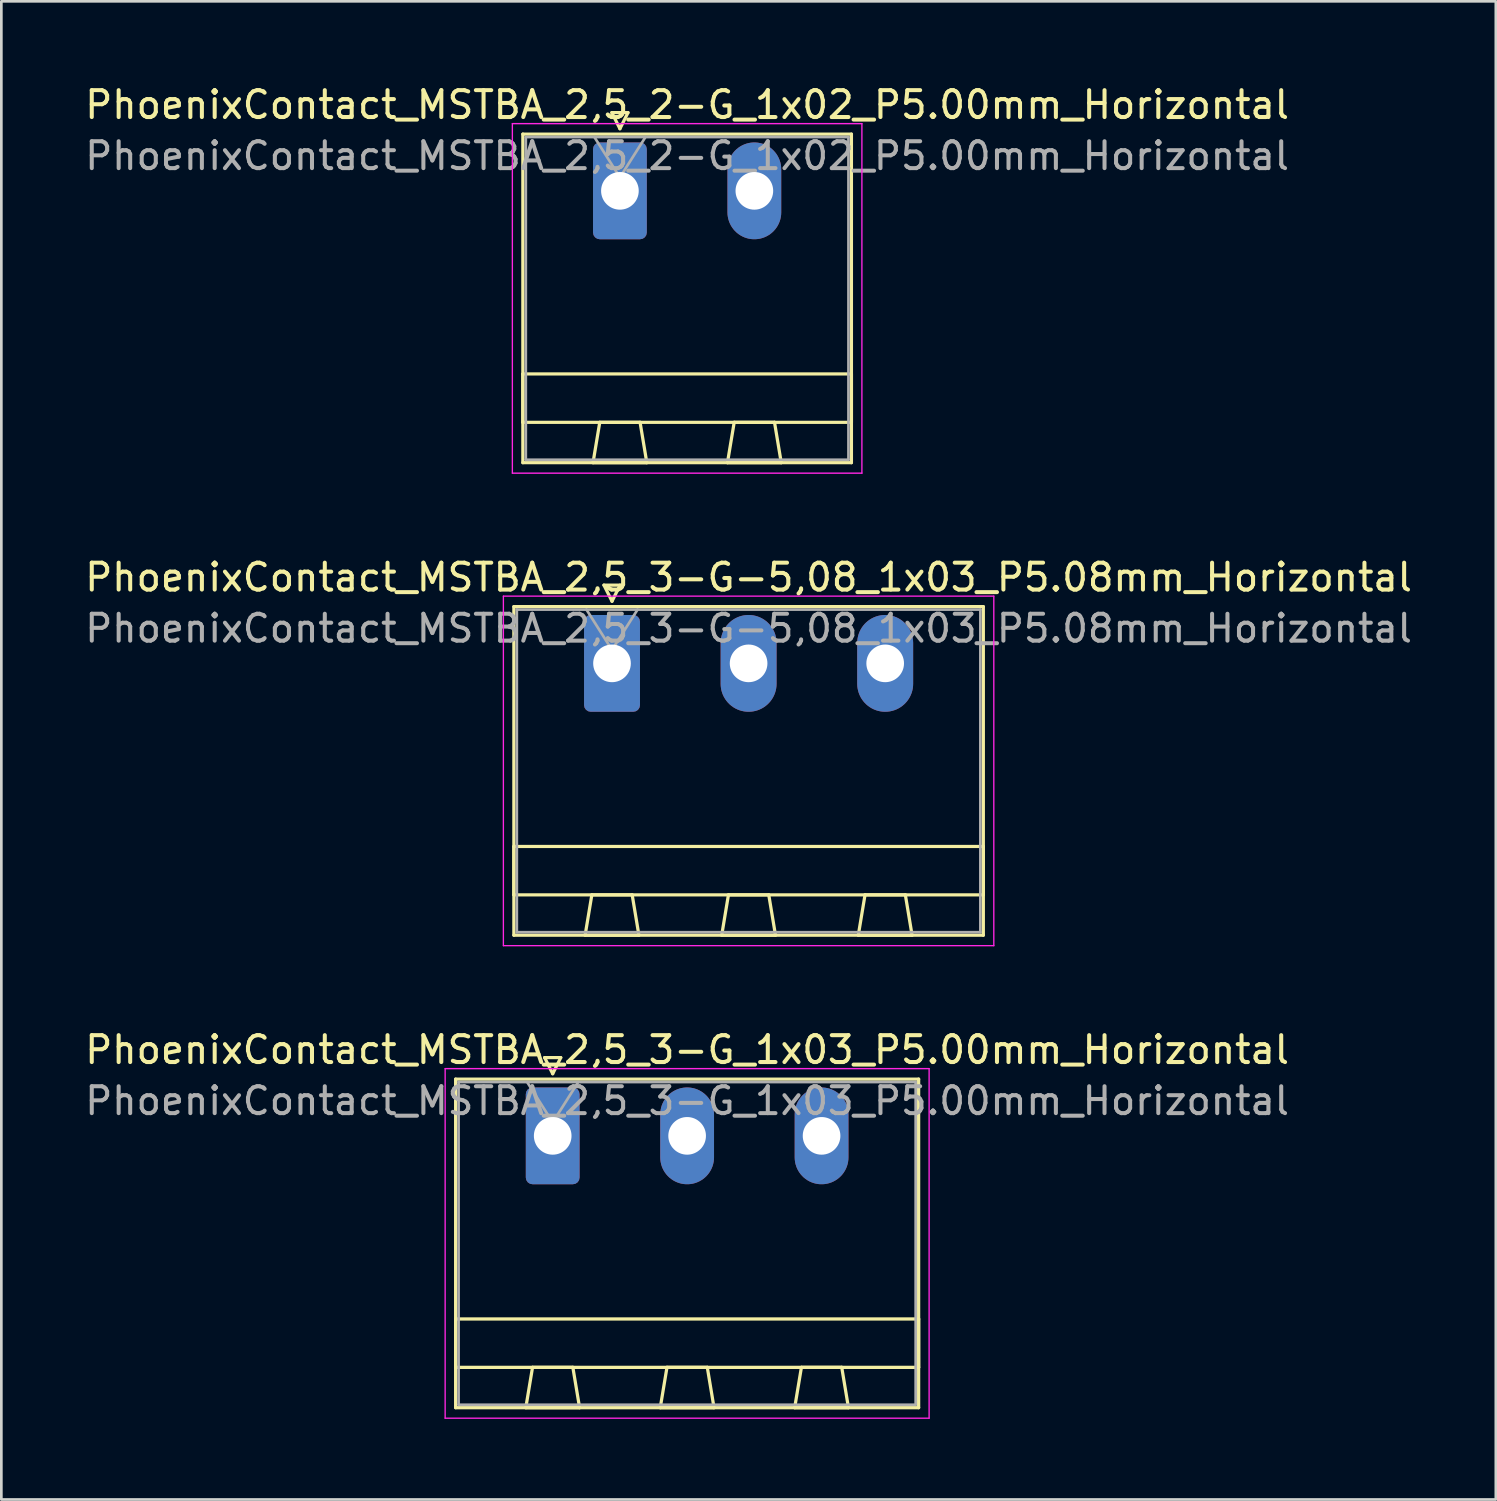
<source format=kicad_pcb>
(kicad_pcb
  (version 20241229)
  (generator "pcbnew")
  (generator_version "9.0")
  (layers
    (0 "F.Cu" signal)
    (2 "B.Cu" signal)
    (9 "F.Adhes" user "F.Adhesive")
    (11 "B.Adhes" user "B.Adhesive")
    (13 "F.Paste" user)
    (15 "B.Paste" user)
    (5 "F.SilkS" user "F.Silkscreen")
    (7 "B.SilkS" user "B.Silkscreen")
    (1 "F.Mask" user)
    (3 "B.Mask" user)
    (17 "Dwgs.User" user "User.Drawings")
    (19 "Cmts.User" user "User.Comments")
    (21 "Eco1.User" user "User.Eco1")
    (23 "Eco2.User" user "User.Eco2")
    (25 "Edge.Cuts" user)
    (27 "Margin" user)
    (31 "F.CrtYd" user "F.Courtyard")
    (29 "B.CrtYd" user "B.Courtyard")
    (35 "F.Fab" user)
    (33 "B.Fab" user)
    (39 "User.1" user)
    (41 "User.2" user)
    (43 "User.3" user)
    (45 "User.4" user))
  (footprint "PhoenixContact_MSTBA_2,5_3-G-5,08_1x03_P5.08mm_Horizontal"
    (layer "F.Cu")
    (at 19.712 21.622)
    (property "Reference" "PhoenixContact_MSTBA_2,5_3-G-5,08_1x03_P5.08mm_Horizontal" (at 5.08 -3.2 0) (layer "F.SilkS") (effects (font (size 1 1) (thickness 0.15))))
    (attr through_hole)
    (fp_line (start -3.65 -2.11) (end -3.65 10.11) (stroke (width 0.12) (type solid)) (layer "F.SilkS"))
    (fp_line (start -3.65 6.81) (end 13.81 6.81) (stroke (width 0.12) (type solid)) (layer "F.SilkS"))
    (fp_line (start -3.65 8.61) (end -3.65 6.81) (stroke (width 0.12) (type solid)) (layer "F.SilkS"))
    (fp_line (start -3.65 10.11) (end 13.81 10.11) (stroke (width 0.12) (type solid)) (layer "F.SilkS"))
    (fp_line (start -1 10.11) (end 1 10.11) (stroke (width 0.12) (type solid)) (layer "F.SilkS"))
    (fp_line (start -0.75 8.61) (end -1 10.11) (stroke (width 0.12) (type solid)) (layer "F.SilkS"))
    (fp_line (start -0.3 -2.91) (end 0.3 -2.91) (stroke (width 0.12) (type solid)) (layer "F.SilkS"))
    (fp_line (start 0 -2.31) (end -0.3 -2.91) (stroke (width 0.12) (type solid)) (layer "F.SilkS"))
    (fp_line (start 0.3 -2.91) (end 0 -2.31) (stroke (width 0.12) (type solid)) (layer "F.SilkS"))
    (fp_line (start 0.75 8.61) (end -0.75 8.61) (stroke (width 0.12) (type solid)) (layer "F.SilkS"))
    (fp_line (start 1 10.11) (end 0.75 8.61) (stroke (width 0.12) (type solid)) (layer "F.SilkS"))
    (fp_line (start 4.08 10.11) (end 6.08 10.11) (stroke (width 0.12) (type solid)) (layer "F.SilkS"))
    (fp_line (start 4.33 8.61) (end 4.08 10.11) (stroke (width 0.12) (type solid)) (layer "F.SilkS"))
    (fp_line (start 5.83 8.61) (end 4.33 8.61) (stroke (width 0.12) (type solid)) (layer "F.SilkS"))
    (fp_line (start 6.08 10.11) (end 5.83 8.61) (stroke (width 0.12) (type solid)) (layer "F.SilkS"))
    (fp_line (start 9.16 10.11) (end 11.16 10.11) (stroke (width 0.12) (type solid)) (layer "F.SilkS"))
    (fp_line (start 9.41 8.61) (end 9.16 10.11) (stroke (width 0.12) (type solid)) (layer "F.SilkS"))
    (fp_line (start 10.91 8.61) (end 9.41 8.61) (stroke (width 0.12) (type solid)) (layer "F.SilkS"))
    (fp_line (start 11.16 10.11) (end 10.91 8.61) (stroke (width 0.12) (type solid)) (layer "F.SilkS"))
    (fp_line (start 13.81 -2.11) (end -3.65 -2.11) (stroke (width 0.12) (type solid)) (layer "F.SilkS"))
    (fp_line (start 13.81 6.81) (end 13.81 8.61) (stroke (width 0.12) (type solid)) (layer "F.SilkS"))
    (fp_line (start 13.81 8.61) (end -3.65 8.61) (stroke (width 0.12) (type solid)) (layer "F.SilkS"))
    (fp_line (start 13.81 10.11) (end 13.81 -2.11) (stroke (width 0.12) (type solid)) (layer "F.SilkS"))
    (fp_line (start -4.04 -2.5) (end -4.04 10.5) (stroke (width 0.05) (type solid)) (layer "F.CrtYd"))
    (fp_line (start -4.04 10.5) (end 14.2 10.5) (stroke (width 0.05) (type solid)) (layer "F.CrtYd"))
    (fp_line (start 14.2 -2.5) (end -4.04 -2.5) (stroke (width 0.05) (type solid)) (layer "F.CrtYd"))
    (fp_line (start 14.2 10.5) (end 14.2 -2.5) (stroke (width 0.05) (type solid)) (layer "F.CrtYd"))
    (fp_line (start -3.54 -2) (end -3.54 10) (stroke (width 0.1) (type solid)) (layer "F.Fab"))
    (fp_line (start -3.54 10) (end 13.7 10) (stroke (width 0.1) (type solid)) (layer "F.Fab"))
    (fp_line (start 0 -0.5) (end -0.95 -2) (stroke (width 0.1) (type solid)) (layer "F.Fab"))
    (fp_line (start 0.95 -2) (end 0 -0.5) (stroke (width 0.1) (type solid)) (layer "F.Fab"))
    (fp_line (start 13.7 -2) (end -3.54 -2) (stroke (width 0.1) (type solid)) (layer "F.Fab"))
    (fp_line (start 13.7 10) (end 13.7 -2) (stroke (width 0.1) (type solid)) (layer "F.Fab"))
    (fp_text user "${REFERENCE}" (at 5.08 -1.3 0) (layer "F.Fab") (effects (font (size 1 1) (thickness 0.15))))
    (pad "1" thru_hole roundrect (at 0 0) (size 2.08 3.6) (drill 1.4) (layers "*.Cu" "*.Mask") (roundrect_rratio 0.12))
    (pad "2" thru_hole oval (at 5.08 0) (size 2.08 3.6) (drill 1.4) (layers "*.Cu" "*.Mask"))
    (pad "3" thru_hole oval (at 10.16 0) (size 2.08 3.6) (drill 1.4) (layers "*.Cu" "*.Mask")))
  (footprint "PhoenixContact_MSTBA_2,5_2-G_1x02_P5.00mm_Horizontal"
    (layer "F.Cu")
    (at 20.006 4.048)
    (property "Reference" "PhoenixContact_MSTBA_2,5_2-G_1x02_P5.00mm_Horizontal" (at 2.5 -3.2 0) (layer "F.SilkS") (effects (font (size 1 1) (thickness 0.15))))
    (attr through_hole)
    (fp_line (start -3.61 -2.11) (end -3.61 10.11) (stroke (width 0.12) (type solid)) (layer "F.SilkS"))
    (fp_line (start -3.61 6.81) (end 8.61 6.81) (stroke (width 0.12) (type solid)) (layer "F.SilkS"))
    (fp_line (start -3.61 8.61) (end -3.61 6.81) (stroke (width 0.12) (type solid)) (layer "F.SilkS"))
    (fp_line (start -3.61 10.11) (end 8.61 10.11) (stroke (width 0.12) (type solid)) (layer "F.SilkS"))
    (fp_line (start -1 10.11) (end 1 10.11) (stroke (width 0.12) (type solid)) (layer "F.SilkS"))
    (fp_line (start -0.75 8.61) (end -1 10.11) (stroke (width 0.12) (type solid)) (layer "F.SilkS"))
    (fp_line (start -0.3 -2.91) (end 0.3 -2.91) (stroke (width 0.12) (type solid)) (layer "F.SilkS"))
    (fp_line (start 0 -2.31) (end -0.3 -2.91) (stroke (width 0.12) (type solid)) (layer "F.SilkS"))
    (fp_line (start 0.3 -2.91) (end 0 -2.31) (stroke (width 0.12) (type solid)) (layer "F.SilkS"))
    (fp_line (start 0.75 8.61) (end -0.75 8.61) (stroke (width 0.12) (type solid)) (layer "F.SilkS"))
    (fp_line (start 1 10.11) (end 0.75 8.61) (stroke (width 0.12) (type solid)) (layer "F.SilkS"))
    (fp_line (start 4 10.11) (end 6 10.11) (stroke (width 0.12) (type solid)) (layer "F.SilkS"))
    (fp_line (start 4.25 8.61) (end 4 10.11) (stroke (width 0.12) (type solid)) (layer "F.SilkS"))
    (fp_line (start 5.75 8.61) (end 4.25 8.61) (stroke (width 0.12) (type solid)) (layer "F.SilkS"))
    (fp_line (start 6 10.11) (end 5.75 8.61) (stroke (width 0.12) (type solid)) (layer "F.SilkS"))
    (fp_line (start 8.61 -2.11) (end -3.61 -2.11) (stroke (width 0.12) (type solid)) (layer "F.SilkS"))
    (fp_line (start 8.61 6.81) (end 8.61 8.61) (stroke (width 0.12) (type solid)) (layer "F.SilkS"))
    (fp_line (start 8.61 8.61) (end -3.61 8.61) (stroke (width 0.12) (type solid)) (layer "F.SilkS"))
    (fp_line (start 8.61 10.11) (end 8.61 -2.11) (stroke (width 0.12) (type solid)) (layer "F.SilkS"))
    (fp_line (start -4 -2.5) (end -4 10.5) (stroke (width 0.05) (type solid)) (layer "F.CrtYd"))
    (fp_line (start -4 10.5) (end 9 10.5) (stroke (width 0.05) (type solid)) (layer "F.CrtYd"))
    (fp_line (start 9 -2.5) (end -4 -2.5) (stroke (width 0.05) (type solid)) (layer "F.CrtYd"))
    (fp_line (start 9 10.5) (end 9 -2.5) (stroke (width 0.05) (type solid)) (layer "F.CrtYd"))
    (fp_line (start -3.5 -2) (end -3.5 10) (stroke (width 0.1) (type solid)) (layer "F.Fab"))
    (fp_line (start -3.5 10) (end 8.5 10) (stroke (width 0.1) (type solid)) (layer "F.Fab"))
    (fp_line (start 0 -0.5) (end -0.95 -2) (stroke (width 0.1) (type solid)) (layer "F.Fab"))
    (fp_line (start 0.95 -2) (end 0 -0.5) (stroke (width 0.1) (type solid)) (layer "F.Fab"))
    (fp_line (start 8.5 -2) (end -3.5 -2) (stroke (width 0.1) (type solid)) (layer "F.Fab"))
    (fp_line (start 8.5 10) (end 8.5 -2) (stroke (width 0.1) (type solid)) (layer "F.Fab"))
    (fp_text user "${REFERENCE}" (at 2.5 -1.3 0) (layer "F.Fab") (effects (font (size 1 1) (thickness 0.15))))
    (pad "1" thru_hole roundrect (at 0 0) (size 2 3.6) (drill 1.4) (layers "*.Cu" "*.Mask") (roundrect_rratio 0.125))
    (pad "2" thru_hole oval (at 5 0) (size 2 3.6) (drill 1.4) (layers "*.Cu" "*.Mask")))
  (footprint "PhoenixContact_MSTBA_2,5_3-G_1x03_P5.00mm_Horizontal"
    (layer "F.Cu")
    (at 17.506 39.195)
    (property "Reference" "PhoenixContact_MSTBA_2,5_3-G_1x03_P5.00mm_Horizontal" (at 5 -3.2 0) (layer "F.SilkS") (effects (font (size 1 1) (thickness 0.15))))
    (attr through_hole)
    (fp_line (start -3.61 -2.11) (end -3.61 10.11) (stroke (width 0.12) (type solid)) (layer "F.SilkS"))
    (fp_line (start -3.61 6.81) (end 13.61 6.81) (stroke (width 0.12) (type solid)) (layer "F.SilkS"))
    (fp_line (start -3.61 8.61) (end -3.61 6.81) (stroke (width 0.12) (type solid)) (layer "F.SilkS"))
    (fp_line (start -3.61 10.11) (end 13.61 10.11) (stroke (width 0.12) (type solid)) (layer "F.SilkS"))
    (fp_line (start -1 10.11) (end 1 10.11) (stroke (width 0.12) (type solid)) (layer "F.SilkS"))
    (fp_line (start -0.75 8.61) (end -1 10.11) (stroke (width 0.12) (type solid)) (layer "F.SilkS"))
    (fp_line (start -0.3 -2.91) (end 0.3 -2.91) (stroke (width 0.12) (type solid)) (layer "F.SilkS"))
    (fp_line (start 0 -2.31) (end -0.3 -2.91) (stroke (width 0.12) (type solid)) (layer "F.SilkS"))
    (fp_line (start 0.3 -2.91) (end 0 -2.31) (stroke (width 0.12) (type solid)) (layer "F.SilkS"))
    (fp_line (start 0.75 8.61) (end -0.75 8.61) (stroke (width 0.12) (type solid)) (layer "F.SilkS"))
    (fp_line (start 1 10.11) (end 0.75 8.61) (stroke (width 0.12) (type solid)) (layer "F.SilkS"))
    (fp_line (start 4 10.11) (end 6 10.11) (stroke (width 0.12) (type solid)) (layer "F.SilkS"))
    (fp_line (start 4.25 8.61) (end 4 10.11) (stroke (width 0.12) (type solid)) (layer "F.SilkS"))
    (fp_line (start 5.75 8.61) (end 4.25 8.61) (stroke (width 0.12) (type solid)) (layer "F.SilkS"))
    (fp_line (start 6 10.11) (end 5.75 8.61) (stroke (width 0.12) (type solid)) (layer "F.SilkS"))
    (fp_line (start 9 10.11) (end 11 10.11) (stroke (width 0.12) (type solid)) (layer "F.SilkS"))
    (fp_line (start 9.25 8.61) (end 9 10.11) (stroke (width 0.12) (type solid)) (layer "F.SilkS"))
    (fp_line (start 10.75 8.61) (end 9.25 8.61) (stroke (width 0.12) (type solid)) (layer "F.SilkS"))
    (fp_line (start 11 10.11) (end 10.75 8.61) (stroke (width 0.12) (type solid)) (layer "F.SilkS"))
    (fp_line (start 13.61 -2.11) (end -3.61 -2.11) (stroke (width 0.12) (type solid)) (layer "F.SilkS"))
    (fp_line (start 13.61 6.81) (end 13.61 8.61) (stroke (width 0.12) (type solid)) (layer "F.SilkS"))
    (fp_line (start 13.61 8.61) (end -3.61 8.61) (stroke (width 0.12) (type solid)) (layer "F.SilkS"))
    (fp_line (start 13.61 10.11) (end 13.61 -2.11) (stroke (width 0.12) (type solid)) (layer "F.SilkS"))
    (fp_line (start -4 -2.5) (end -4 10.5) (stroke (width 0.05) (type solid)) (layer "F.CrtYd"))
    (fp_line (start -4 10.5) (end 14 10.5) (stroke (width 0.05) (type solid)) (layer "F.CrtYd"))
    (fp_line (start 14 -2.5) (end -4 -2.5) (stroke (width 0.05) (type solid)) (layer "F.CrtYd"))
    (fp_line (start 14 10.5) (end 14 -2.5) (stroke (width 0.05) (type solid)) (layer "F.CrtYd"))
    (fp_line (start -3.5 -2) (end -3.5 10) (stroke (width 0.1) (type solid)) (layer "F.Fab"))
    (fp_line (start -3.5 10) (end 13.5 10) (stroke (width 0.1) (type solid)) (layer "F.Fab"))
    (fp_line (start 0 -0.5) (end -0.95 -2) (stroke (width 0.1) (type solid)) (layer "F.Fab"))
    (fp_line (start 0.95 -2) (end 0 -0.5) (stroke (width 0.1) (type solid)) (layer "F.Fab"))
    (fp_line (start 13.5 -2) (end -3.5 -2) (stroke (width 0.1) (type solid)) (layer "F.Fab"))
    (fp_line (start 13.5 10) (end 13.5 -2) (stroke (width 0.1) (type solid)) (layer "F.Fab"))
    (fp_text user "${REFERENCE}" (at 5 -1.3 0) (layer "F.Fab") (effects (font (size 1 1) (thickness 0.15))))
    (pad "1" thru_hole roundrect (at 0 0) (size 2 3.6) (drill 1.4) (layers "*.Cu" "*.Mask") (roundrect_rratio 0.125))
    (pad "2" thru_hole oval (at 5 0) (size 2 3.6) (drill 1.4) (layers "*.Cu" "*.Mask"))
    (pad "3" thru_hole oval (at 10 0) (size 2 3.6) (drill 1.4) (layers "*.Cu" "*.Mask")))
  (gr_rect
    (start -3 -3)
    (end 52.583 52.72)
    (stroke (width 0.1) (type default))
    (fill no)
    (layer "Edge.Cuts")))
</source>
